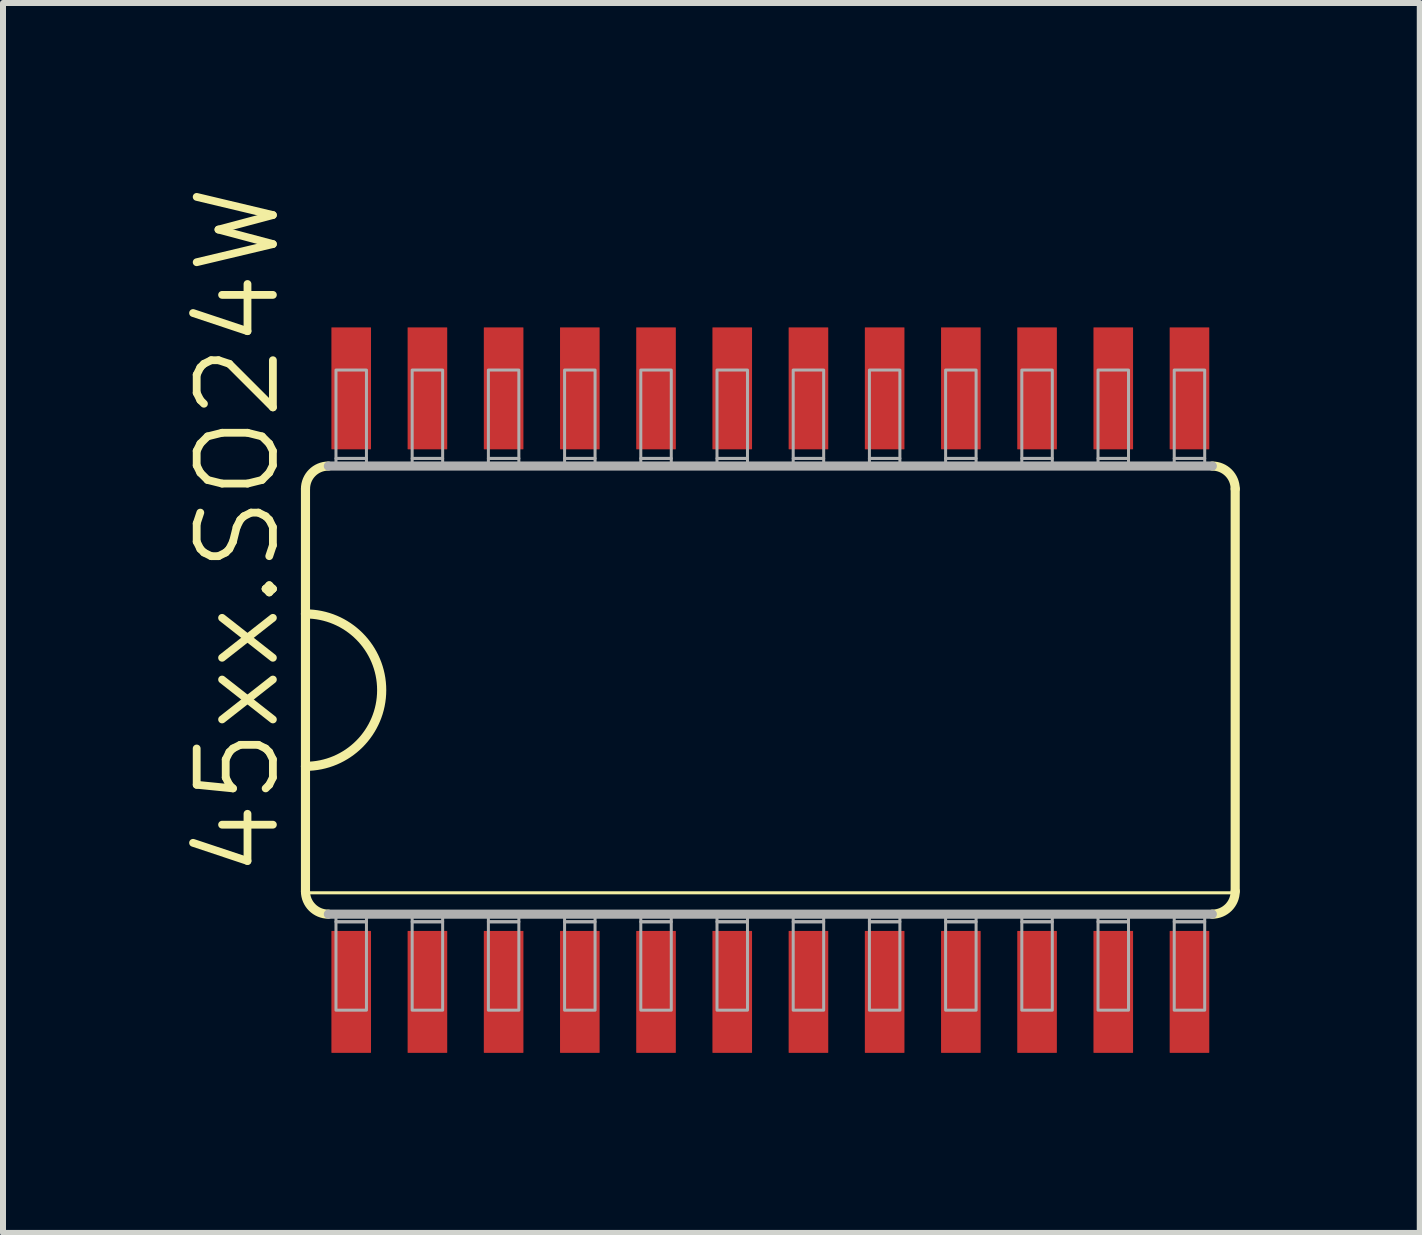
<source format=kicad_pcb>
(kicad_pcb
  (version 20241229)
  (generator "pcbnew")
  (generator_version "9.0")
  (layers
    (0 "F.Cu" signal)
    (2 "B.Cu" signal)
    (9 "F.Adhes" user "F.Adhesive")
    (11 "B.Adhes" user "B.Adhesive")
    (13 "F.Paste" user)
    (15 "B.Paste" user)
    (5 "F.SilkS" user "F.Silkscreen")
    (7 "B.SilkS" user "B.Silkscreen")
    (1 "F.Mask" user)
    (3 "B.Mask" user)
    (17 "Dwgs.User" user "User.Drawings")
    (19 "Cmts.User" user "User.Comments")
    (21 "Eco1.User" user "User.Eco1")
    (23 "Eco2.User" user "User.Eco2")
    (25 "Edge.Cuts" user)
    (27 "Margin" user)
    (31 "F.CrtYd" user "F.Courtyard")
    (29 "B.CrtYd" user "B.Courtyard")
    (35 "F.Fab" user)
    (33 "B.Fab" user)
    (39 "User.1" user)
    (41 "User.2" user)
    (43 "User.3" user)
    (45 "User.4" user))
  (footprint "45xx.SO24W"
    (layer "F.Cu")
    (at 9.788 8.451)
    (property "Reference" "45xx.SO24W" (at -8.128 3.175 90) (layer "F.SilkS") (effects (font (size 1.27 1.27) (thickness 0.13)) (justify left bottom)))
    (attr smd)
    (fp_line (start -7.747 -3.353) (end -7.747 -1.27) (stroke (width 0.152) (type default)) (layer "F.SilkS"))
    (fp_line (start -7.747 -1.27) (end -7.747 1.27) (stroke (width 0.152) (type default)) (layer "F.SilkS"))
    (fp_line (start -7.747 1.27) (end -7.747 3.353) (stroke (width 0.152) (type default)) (layer "F.SilkS"))
    (fp_line (start -7.747 3.378) (end 7.747 3.378) (stroke (width 0.051) (type default)) (layer "F.SilkS"))
    (fp_line (start 7.747 3.353) (end 7.747 -3.353) (stroke (width 0.152) (type default)) (layer "F.SilkS"))
    (fp_arc (start -7.747 -3.3528) (mid -7.635408 -3.622208) (end -7.366 -3.7338) (stroke (width 0.1524) (type default)) (layer "F.SilkS"))
    (fp_arc (start -7.747 -1.27) (mid -6.477 0) (end -7.747 1.27) (stroke (width 0.1524) (type default)) (layer "F.SilkS"))
    (fp_arc (start -7.366 3.7338) (mid -7.635408 3.622208) (end -7.747 3.3528) (stroke (width 0.1524) (type default)) (layer "F.SilkS"))
    (fp_arc (start 7.366 -3.7338) (mid 7.635408 -3.622208) (end 7.747 -3.3528) (stroke (width 0.1524) (type default)) (layer "F.SilkS"))
    (fp_arc (start 7.747 3.3528) (mid 7.635408 3.622208) (end 7.366 3.7338) (stroke (width 0.1524) (type default)) (layer "F.SilkS"))
    (fp_line (start -7.366 3.734) (end 7.366 3.734) (stroke (width 0.152) (type default)) (layer "F.Fab"))
    (fp_line (start 7.366 -3.734) (end -7.366 -3.734) (stroke (width 0.152) (type default)) (layer "F.Fab"))
    (fp_rect (start -7.239 -3.861) (end -6.731 -5.334) (stroke (width 0.05) (type default)) (fill no) (layer "F.Fab"))
    (fp_rect (start -7.239 -3.734) (end -6.731 -3.861) (stroke (width 0.05) (type default)) (fill no) (layer "F.Fab"))
    (fp_rect (start -7.239 3.861) (end -6.731 3.734) (stroke (width 0.05) (type default)) (fill no) (layer "F.Fab"))
    (fp_rect (start -7.239 5.334) (end -6.731 3.861) (stroke (width 0.05) (type default)) (fill no) (layer "F.Fab"))
    (fp_rect (start -5.969 -3.861) (end -5.461 -5.334) (stroke (width 0.05) (type default)) (fill no) (layer "F.Fab"))
    (fp_rect (start -5.969 -3.734) (end -5.461 -3.861) (stroke (width 0.05) (type default)) (fill no) (layer "F.Fab"))
    (fp_rect (start -5.969 3.861) (end -5.461 3.734) (stroke (width 0.05) (type default)) (fill no) (layer "F.Fab"))
    (fp_rect (start -5.969 5.334) (end -5.461 3.861) (stroke (width 0.05) (type default)) (fill no) (layer "F.Fab"))
    (fp_rect (start -4.699 -3.861) (end -4.191 -5.334) (stroke (width 0.05) (type default)) (fill no) (layer "F.Fab"))
    (fp_rect (start -4.699 -3.734) (end -4.191 -3.861) (stroke (width 0.05) (type default)) (fill no) (layer "F.Fab"))
    (fp_rect (start -4.699 3.861) (end -4.191 3.734) (stroke (width 0.05) (type default)) (fill no) (layer "F.Fab"))
    (fp_rect (start -4.699 5.334) (end -4.191 3.861) (stroke (width 0.05) (type default)) (fill no) (layer "F.Fab"))
    (fp_rect (start -3.429 -3.861) (end -2.921 -5.334) (stroke (width 0.05) (type default)) (fill no) (layer "F.Fab"))
    (fp_rect (start -3.429 -3.734) (end -2.921 -3.861) (stroke (width 0.05) (type default)) (fill no) (layer "F.Fab"))
    (fp_rect (start -3.429 3.861) (end -2.921 3.734) (stroke (width 0.05) (type default)) (fill no) (layer "F.Fab"))
    (fp_rect (start -3.429 5.334) (end -2.921 3.861) (stroke (width 0.05) (type default)) (fill no) (layer "F.Fab"))
    (fp_rect (start -2.159 -3.861) (end -1.651 -5.334) (stroke (width 0.05) (type default)) (fill no) (layer "F.Fab"))
    (fp_rect (start -2.159 -3.734) (end -1.651 -3.861) (stroke (width 0.05) (type default)) (fill no) (layer "F.Fab"))
    (fp_rect (start -2.159 3.861) (end -1.651 3.734) (stroke (width 0.05) (type default)) (fill no) (layer "F.Fab"))
    (fp_rect (start -2.159 5.334) (end -1.651 3.861) (stroke (width 0.05) (type default)) (fill no) (layer "F.Fab"))
    (fp_rect (start -0.889 -3.861) (end -0.381 -5.334) (stroke (width 0.05) (type default)) (fill no) (layer "F.Fab"))
    (fp_rect (start -0.889 -3.734) (end -0.381 -3.861) (stroke (width 0.05) (type default)) (fill no) (layer "F.Fab"))
    (fp_rect (start -0.889 3.861) (end -0.381 3.734) (stroke (width 0.05) (type default)) (fill no) (layer "F.Fab"))
    (fp_rect (start -0.889 5.334) (end -0.381 3.861) (stroke (width 0.05) (type default)) (fill no) (layer "F.Fab"))
    (fp_rect (start 0.381 -3.861) (end 0.889 -5.334) (stroke (width 0.05) (type default)) (fill no) (layer "F.Fab"))
    (fp_rect (start 0.381 -3.734) (end 0.889 -3.861) (stroke (width 0.05) (type default)) (fill no) (layer "F.Fab"))
    (fp_rect (start 0.381 3.861) (end 0.889 3.734) (stroke (width 0.05) (type default)) (fill no) (layer "F.Fab"))
    (fp_rect (start 0.381 5.334) (end 0.889 3.861) (stroke (width 0.05) (type default)) (fill no) (layer "F.Fab"))
    (fp_rect (start 1.651 -3.861) (end 2.159 -5.334) (stroke (width 0.05) (type default)) (fill no) (layer "F.Fab"))
    (fp_rect (start 1.651 -3.734) (end 2.159 -3.861) (stroke (width 0.05) (type default)) (fill no) (layer "F.Fab"))
    (fp_rect (start 1.651 3.861) (end 2.159 3.734) (stroke (width 0.05) (type default)) (fill no) (layer "F.Fab"))
    (fp_rect (start 1.651 5.334) (end 2.159 3.861) (stroke (width 0.05) (type default)) (fill no) (layer "F.Fab"))
    (fp_rect (start 2.921 -3.861) (end 3.429 -5.334) (stroke (width 0.05) (type default)) (fill no) (layer "F.Fab"))
    (fp_rect (start 2.921 -3.734) (end 3.429 -3.861) (stroke (width 0.05) (type default)) (fill no) (layer "F.Fab"))
    (fp_rect (start 2.921 3.861) (end 3.429 3.734) (stroke (width 0.05) (type default)) (fill no) (layer "F.Fab"))
    (fp_rect (start 2.921 5.334) (end 3.429 3.861) (stroke (width 0.05) (type default)) (fill no) (layer "F.Fab"))
    (fp_rect (start 4.191 -3.861) (end 4.699 -5.334) (stroke (width 0.05) (type default)) (fill no) (layer "F.Fab"))
    (fp_rect (start 4.191 -3.734) (end 4.699 -3.861) (stroke (width 0.05) (type default)) (fill no) (layer "F.Fab"))
    (fp_rect (start 4.191 3.861) (end 4.699 3.734) (stroke (width 0.05) (type default)) (fill no) (layer "F.Fab"))
    (fp_rect (start 4.191 5.334) (end 4.699 3.861) (stroke (width 0.05) (type default)) (fill no) (layer "F.Fab"))
    (fp_rect (start 5.461 -3.861) (end 5.969 -5.334) (stroke (width 0.05) (type default)) (fill no) (layer "F.Fab"))
    (fp_rect (start 5.461 -3.734) (end 5.969 -3.861) (stroke (width 0.05) (type default)) (fill no) (layer "F.Fab"))
    (fp_rect (start 5.461 3.861) (end 5.969 3.734) (stroke (width 0.05) (type default)) (fill no) (layer "F.Fab"))
    (fp_rect (start 5.461 5.334) (end 5.969 3.861) (stroke (width 0.05) (type default)) (fill no) (layer "F.Fab"))
    (fp_rect (start 6.731 -3.861) (end 7.239 -5.334) (stroke (width 0.05) (type default)) (fill no) (layer "F.Fab"))
    (fp_rect (start 6.731 -3.734) (end 7.239 -3.861) (stroke (width 0.05) (type default)) (fill no) (layer "F.Fab"))
    (fp_rect (start 6.731 3.861) (end 7.239 3.734) (stroke (width 0.05) (type default)) (fill no) (layer "F.Fab"))
    (fp_rect (start 6.731 5.334) (end 7.239 3.861) (stroke (width 0.05) (type default)) (fill no) (layer "F.Fab"))
    (pad "1" smd roundrect (at -6.985 5.029) (size 0.66 2.032) (layers "F.Cu" "F.Mask" "F.Paste") (roundrect_rratio 0.01))
    (pad "2" smd roundrect (at -5.715 5.029) (size 0.66 2.032) (layers "F.Cu" "F.Mask" "F.Paste") (roundrect_rratio 0.01))
    (pad "3" smd roundrect (at -4.445 5.029) (size 0.66 2.032) (layers "F.Cu" "F.Mask" "F.Paste") (roundrect_rratio 0.01))
    (pad "4" smd roundrect (at -3.175 5.029) (size 0.66 2.032) (layers "F.Cu" "F.Mask" "F.Paste") (roundrect_rratio 0.01))
    (pad "5" smd roundrect (at -1.905 5.029) (size 0.66 2.032) (layers "F.Cu" "F.Mask" "F.Paste") (roundrect_rratio 0.01))
    (pad "6" smd roundrect (at -0.635 5.029) (size 0.66 2.032) (layers "F.Cu" "F.Mask" "F.Paste") (roundrect_rratio 0.01))
    (pad "7" smd roundrect (at 0.635 5.029) (size 0.66 2.032) (layers "F.Cu" "F.Mask" "F.Paste") (roundrect_rratio 0.01))
    (pad "8" smd roundrect (at 1.905 5.029) (size 0.66 2.032) (layers "F.Cu" "F.Mask" "F.Paste") (roundrect_rratio 0.01))
    (pad "9" smd roundrect (at 3.175 5.029) (size 0.66 2.032) (layers "F.Cu" "F.Mask" "F.Paste") (roundrect_rratio 0.01))
    (pad "10" smd roundrect (at 4.445 5.029) (size 0.66 2.032) (layers "F.Cu" "F.Mask" "F.Paste") (roundrect_rratio 0.01))
    (pad "11" smd roundrect (at 5.715 5.029) (size 0.66 2.032) (layers "F.Cu" "F.Mask" "F.Paste") (roundrect_rratio 0.01))
    (pad "12" smd roundrect (at 6.985 5.029) (size 0.66 2.032) (layers "F.Cu" "F.Mask" "F.Paste") (roundrect_rratio 0.01))
    (pad "13" smd roundrect (at 6.985 -5.029) (size 0.66 2.032) (layers "F.Cu" "F.Mask" "F.Paste") (roundrect_rratio 0.01))
    (pad "14" smd roundrect (at 5.715 -5.029) (size 0.66 2.032) (layers "F.Cu" "F.Mask" "F.Paste") (roundrect_rratio 0.01))
    (pad "15" smd roundrect (at 4.445 -5.029) (size 0.66 2.032) (layers "F.Cu" "F.Mask" "F.Paste") (roundrect_rratio 0.01))
    (pad "16" smd roundrect (at 3.175 -5.029) (size 0.66 2.032) (layers "F.Cu" "F.Mask" "F.Paste") (roundrect_rratio 0.01))
    (pad "17" smd roundrect (at 1.905 -5.029) (size 0.66 2.032) (layers "F.Cu" "F.Mask" "F.Paste") (roundrect_rratio 0.01))
    (pad "18" smd roundrect (at 0.635 -5.029) (size 0.66 2.032) (layers "F.Cu" "F.Mask" "F.Paste") (roundrect_rratio 0.01))
    (pad "19" smd roundrect (at -0.635 -5.029) (size 0.66 2.032) (layers "F.Cu" "F.Mask" "F.Paste") (roundrect_rratio 0.01))
    (pad "20" smd roundrect (at -1.905 -5.029) (size 0.66 2.032) (layers "F.Cu" "F.Mask" "F.Paste") (roundrect_rratio 0.01))
    (pad "21" smd roundrect (at -3.175 -5.029) (size 0.66 2.032) (layers "F.Cu" "F.Mask" "F.Paste") (roundrect_rratio 0.01))
    (pad "22" smd roundrect (at -4.445 -5.029) (size 0.66 2.032) (layers "F.Cu" "F.Mask" "F.Paste") (roundrect_rratio 0.01))
    (pad "23" smd roundrect (at -5.715 -5.029) (size 0.66 2.032) (layers "F.Cu" "F.Mask" "F.Paste") (roundrect_rratio 0.01))
    (pad "24" smd roundrect (at -6.985 -5.029) (size 0.66 2.032) (layers "F.Cu" "F.Mask" "F.Paste") (roundrect_rratio 0.01)))
  (gr_rect
    (start -3 -3)
    (end 20.611 17.497)
    (stroke (width 0.1) (type default))
    (fill no)
    (layer "Edge.Cuts")))
</source>
